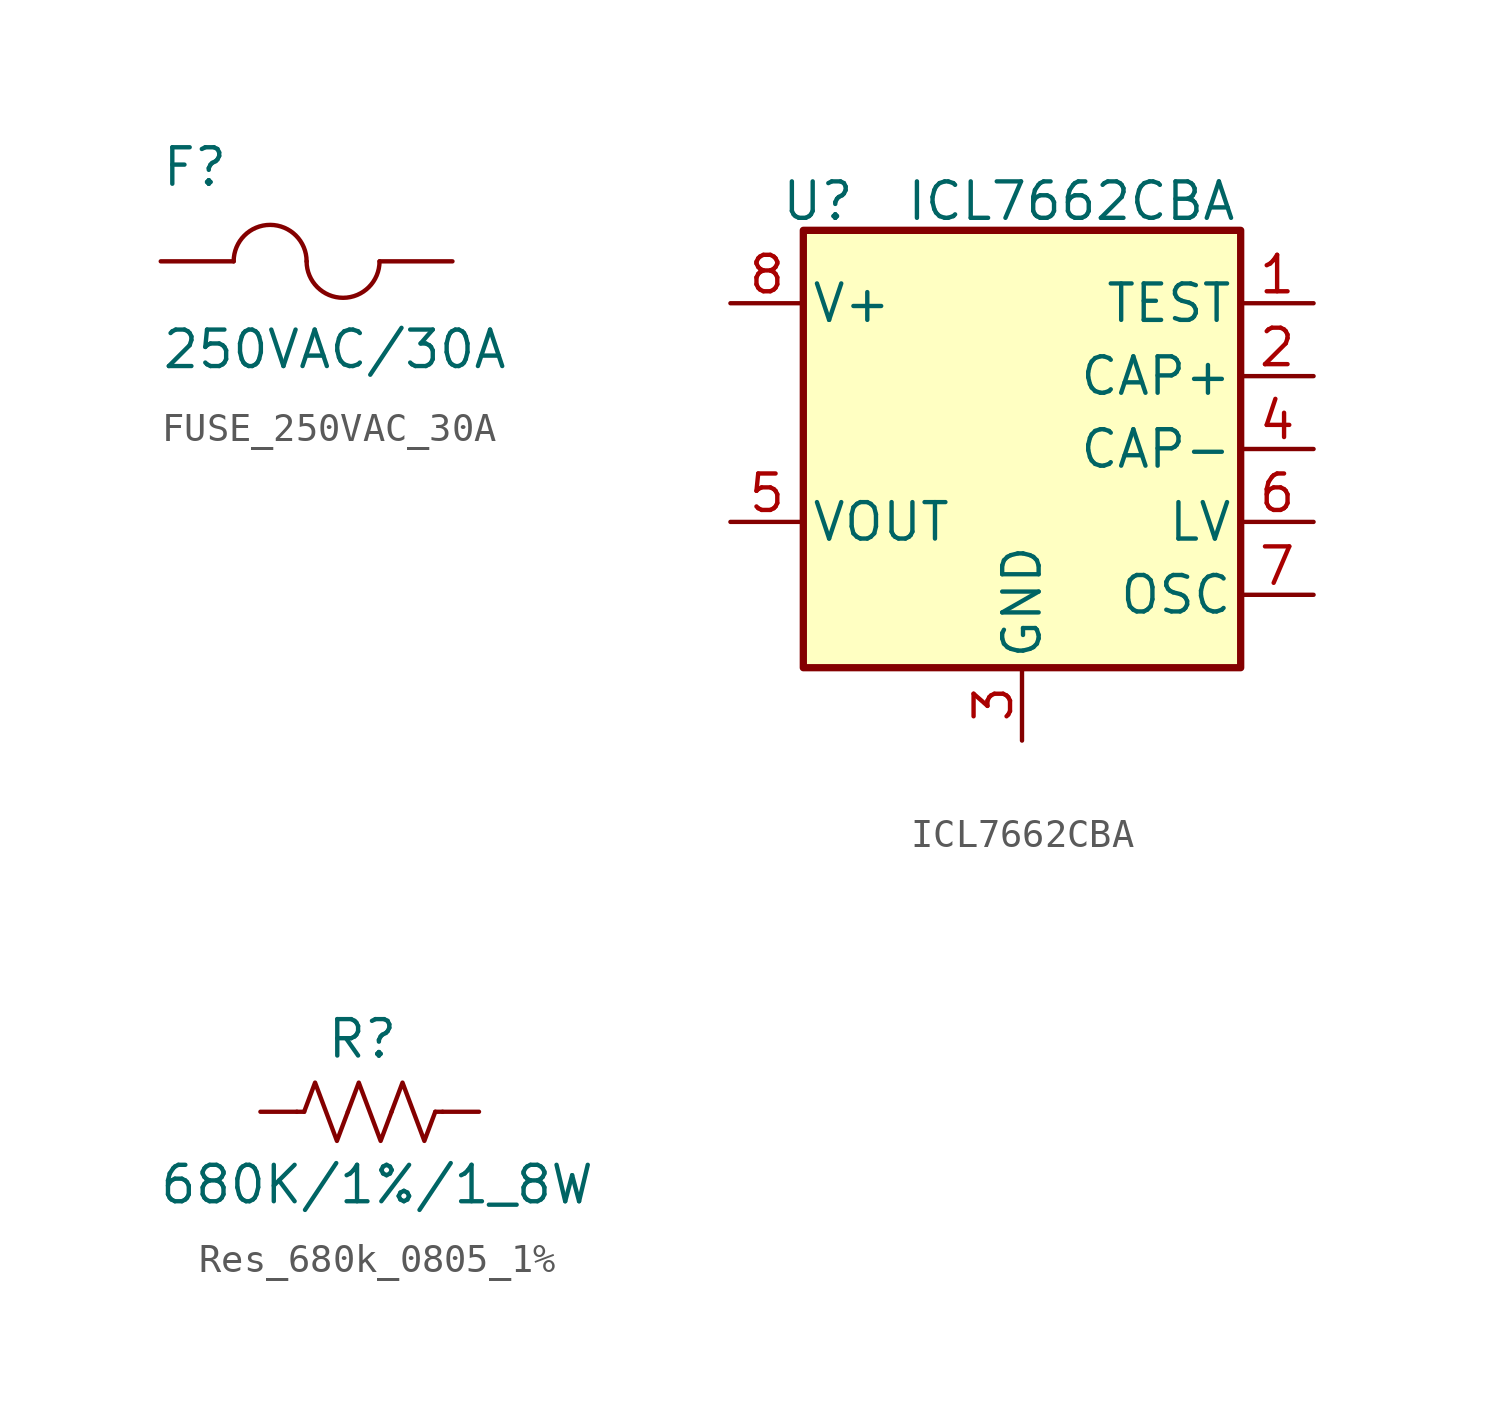
<source format=kicad_sym>
(kicad_symbol_lib
  (version 20231120)
  (generator "kicad_symbol_editor")
  (generator_version "8.0")
  (symbol "FUSE_250VAC_30A"
    (pin_numbers hide)
    (pin_names
      (offset 1.016) hide)
    (property "Reference" "F"
      (at -5.08 2.54 0)
      (effects (font (size 1.27 1.27)) (justify left bottom)))
    (property "Value" "250VAC/30A"
      (at -5.08 -3.81 0)
      (effects (font (size 1.27 1.27)) (justify left bottom)))
    (symbol "FUSE_250VAC_30A_0_0"
      (arc (start 0 0) (mid 1.27 -1.27) (end 2.54 0) (stroke (width 0.1524) (type default)) (fill (type none)))
      (pin passive line (at -5.08 0 0) (length 2.54) (name "~" (effects (font (size 1.016 1.016)))) (number "1" (effects (font (size 1.016 1.016)))))
      (pin passive line (at 5.08 0 180) (length 2.54) (name "~" (effects (font (size 1.016 1.016)))) (number "2" (effects (font (size 1.016 1.016))))))
    (symbol "FUSE_250VAC_30A_1_0"
      (arc (start 0 0) (mid -1.27 1.27) (end -2.54 0) (stroke (width 0.1524) (type default)) (fill (type none)))))
  (symbol "ICL7662CBA"
    (pin_names
      (offset 0.254))
    (property "Reference" "U"
      (at 0.508 16.256 0)
      (effects (font (size 1.27 1.27))))
    (property "Value" "ICL7662CBA"
      (at 3.556 16.256 0)
      (effects (font (size 1.27 1.27)) (justify left)))
    (symbol "ICL7662CBA_0_1"
      (rectangle (start 0 15.24) (end 15.24 0) (stroke (width 0.254) (type default)) (fill (type background))))
    (symbol "ICL7662CBA_1_1"
      (pin unspecified line (at 17.78 12.7 180) (length 2.54) (name "TEST" (effects (font (size 1.27 1.27)))) (number "1" (effects (font (size 1.27 1.27)))))
      (pin unspecified line (at 17.78 10.16 180) (length 2.54) (name "CAP+" (effects (font (size 1.27 1.27)))) (number "2" (effects (font (size 1.27 1.27)))))
      (pin unspecified line (at 7.62 -2.54 90) (length 2.54) (name "GND" (effects (font (size 1.27 1.27)))) (number "3" (effects (font (size 1.27 1.27)))))
      (pin unspecified line (at 17.78 7.62 180) (length 2.54) (name "CAP-" (effects (font (size 1.27 1.27)))) (number "4" (effects (font (size 1.27 1.27)))))
      (pin power_out line (at -2.54 5.08 0) (length 2.54) (name "VOUT" (effects (font (size 1.27 1.27)))) (number "5" (effects (font (size 1.27 1.27)))))
      (pin unspecified line (at 17.78 5.08 180) (length 2.54) (name "LV" (effects (font (size 1.27 1.27)))) (number "6" (effects (font (size 1.27 1.27)))))
      (pin unspecified line (at 17.78 2.54 180) (length 2.54) (name "OSC" (effects (font (size 1.27 1.27)))) (number "7" (effects (font (size 1.27 1.27)))))
      (pin power_in line (at -2.54 12.7 0) (length 2.54) (name "V+" (effects (font (size 1.27 1.27)))) (number "8" (effects (font (size 1.27 1.27)))))))
  (symbol "Res_680k_0805_1%"
    (pin_numbers hide)
    (pin_names hide)
    (property "Reference" "R"
      (at 3.556 2.54 0)
      (effects (font (size 1.27 1.27))))
    (property "Value" "680K/1%/1_8W"
      (at 4.064 -2.54 0)
      (effects (font (size 1.27 1.27))))
    (symbol "Res_680k_0805_1%_0_1"
      (polyline (pts (xy 1.524 0) (xy 1.27 0)) (stroke (width 0) (type default)) (fill (type none)))
      (polyline (pts (xy 6.096 0) (xy 6.35 0)) (stroke (width 0) (type default)) (fill (type none)))
      (polyline (pts (xy 1.524 0) (xy 1.905 1.016) (xy 2.286 0) (xy 2.667 -1.016) (xy 3.048 0)) (stroke (width 0) (type default)) (fill (type none)))
      (polyline (pts (xy 3.048 0) (xy 3.429 1.016) (xy 3.81 0) (xy 4.191 -1.016) (xy 4.572 0)) (stroke (width 0) (type default)) (fill (type none)))
      (polyline (pts (xy 4.572 0) (xy 4.953 1.016) (xy 5.334 0) (xy 5.715 -1.016) (xy 6.096 0)) (stroke (width 0) (type default)) (fill (type none))))
    (symbol "Res_680k_0805_1%_1_1"
      (pin passive line (at 0 0 0) (length 1.27) (name "~" (effects (font (size 1.27 1.27)))) (number "1" (effects (font (size 1.27 1.27)))))
      (pin passive line (at 7.62 0 180) (length 1.27) (name "~" (effects (font (size 1.27 1.27)))) (number "2" (effects (font (size 1.27 1.27))))))))
</source>
